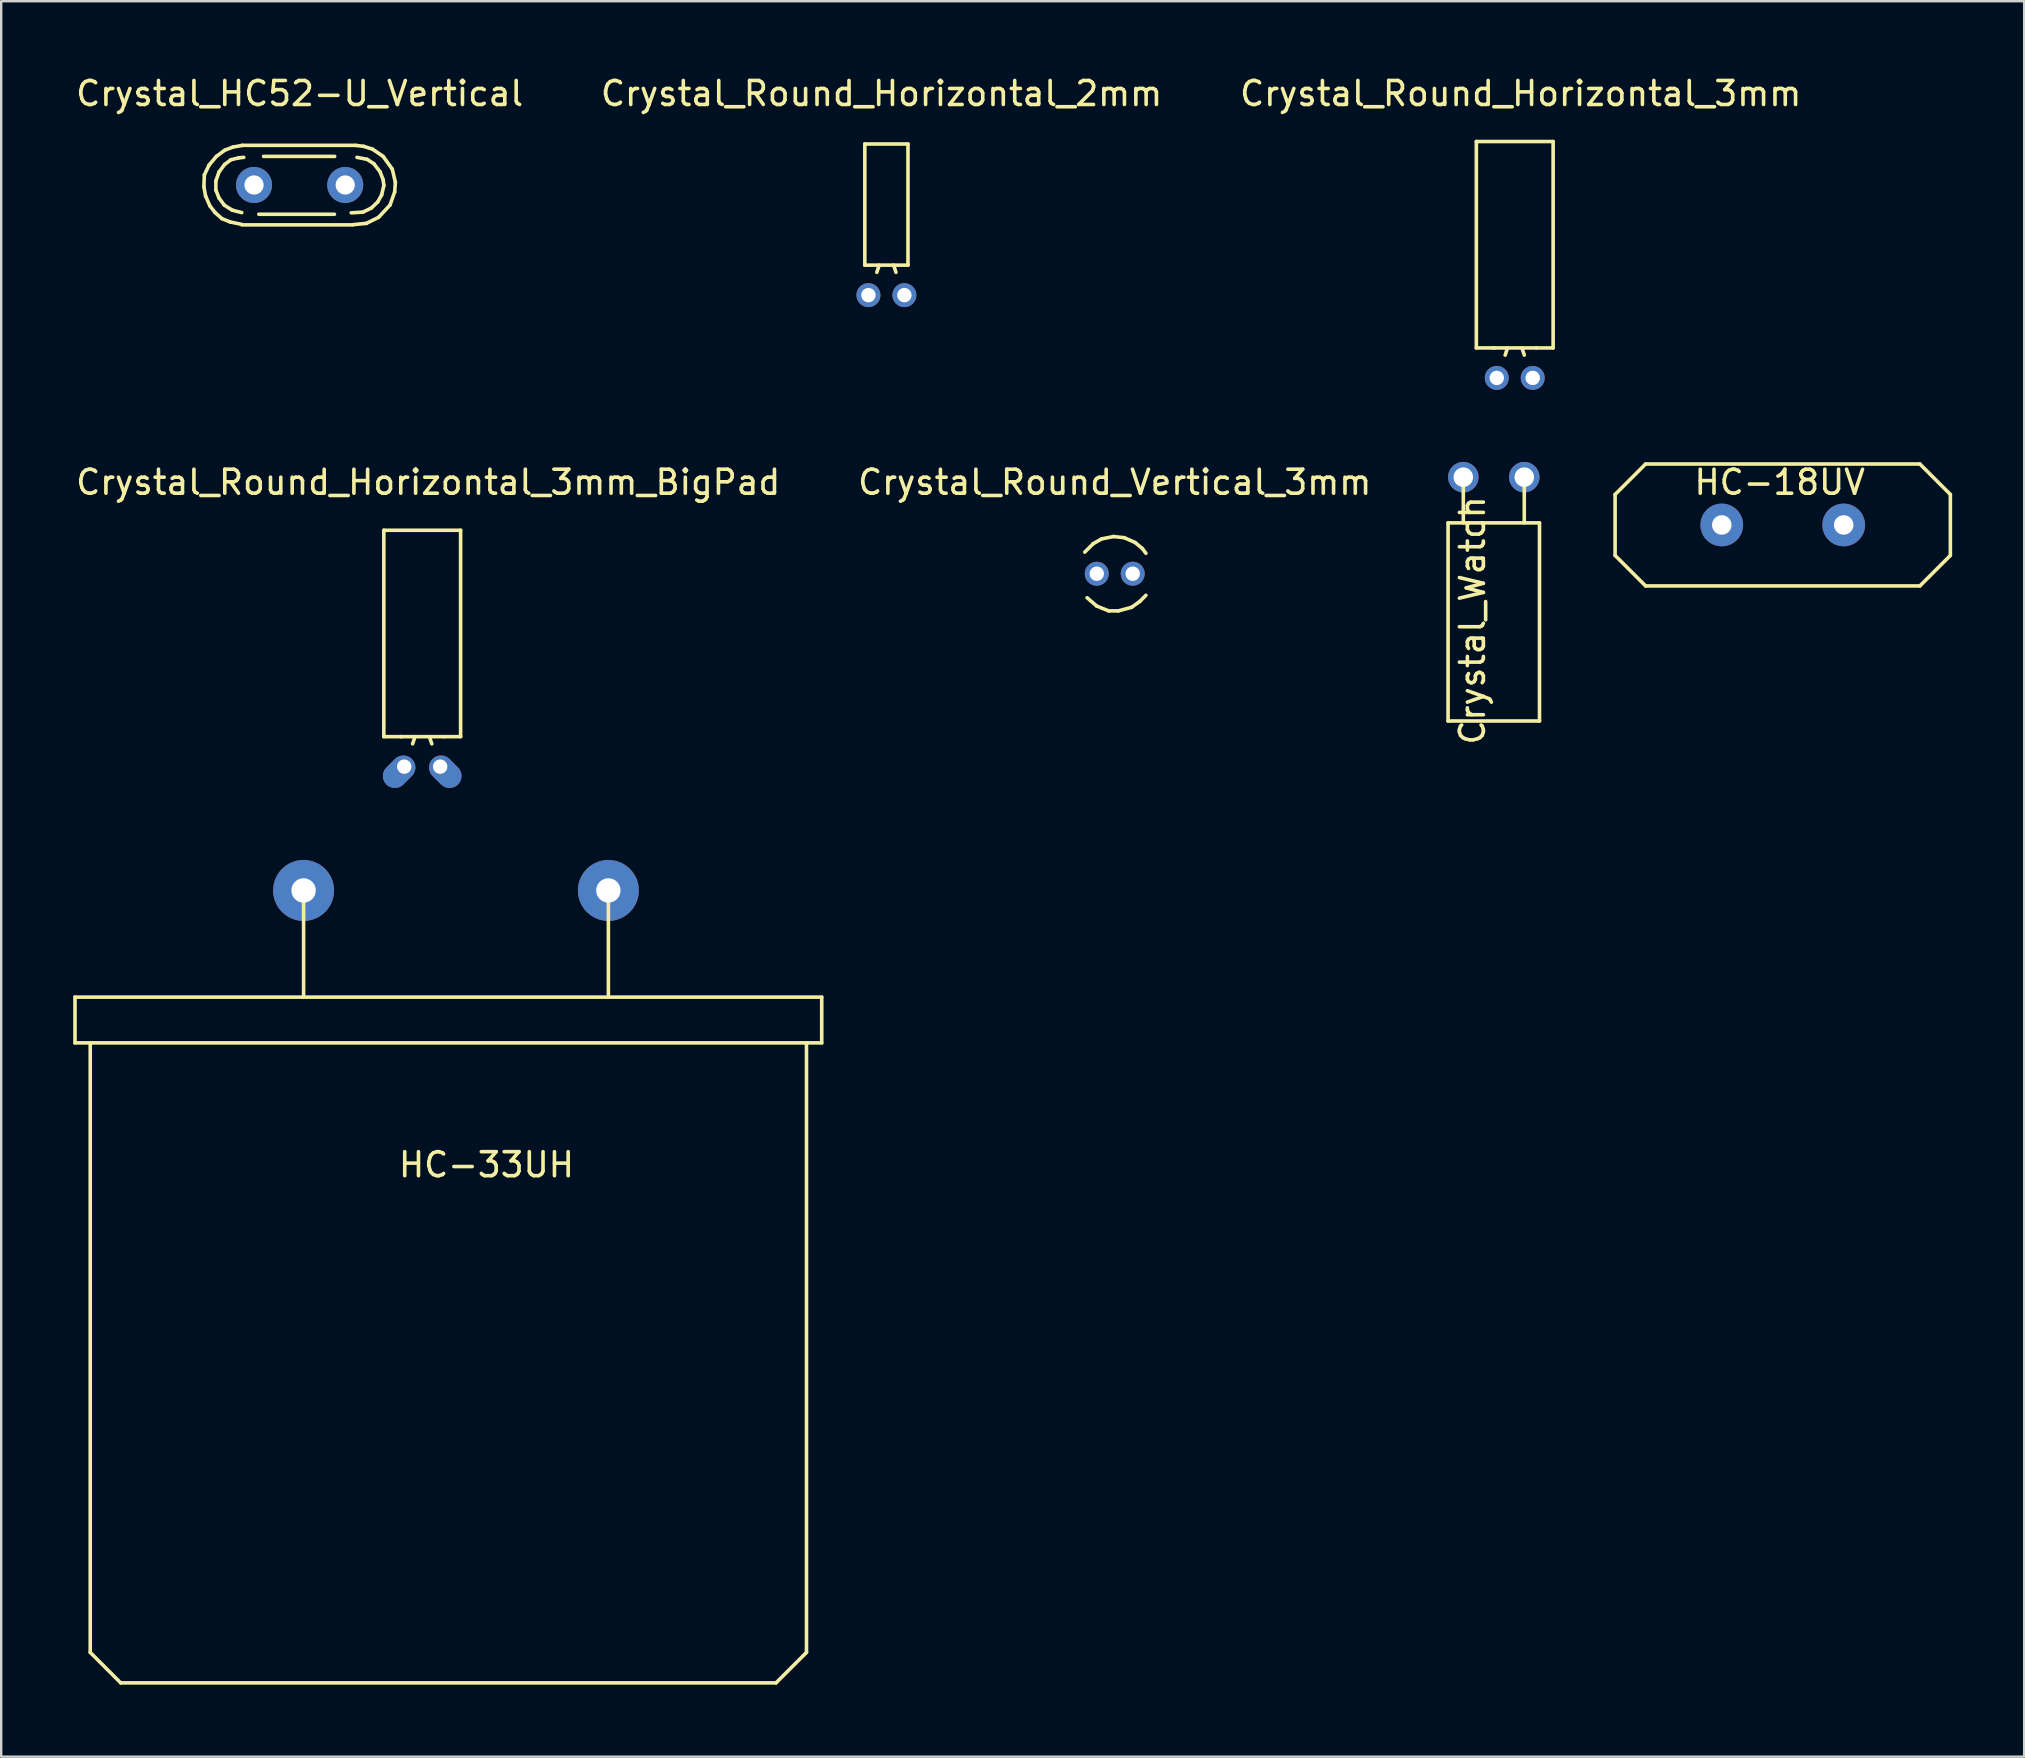
<source format=kicad_pcb>
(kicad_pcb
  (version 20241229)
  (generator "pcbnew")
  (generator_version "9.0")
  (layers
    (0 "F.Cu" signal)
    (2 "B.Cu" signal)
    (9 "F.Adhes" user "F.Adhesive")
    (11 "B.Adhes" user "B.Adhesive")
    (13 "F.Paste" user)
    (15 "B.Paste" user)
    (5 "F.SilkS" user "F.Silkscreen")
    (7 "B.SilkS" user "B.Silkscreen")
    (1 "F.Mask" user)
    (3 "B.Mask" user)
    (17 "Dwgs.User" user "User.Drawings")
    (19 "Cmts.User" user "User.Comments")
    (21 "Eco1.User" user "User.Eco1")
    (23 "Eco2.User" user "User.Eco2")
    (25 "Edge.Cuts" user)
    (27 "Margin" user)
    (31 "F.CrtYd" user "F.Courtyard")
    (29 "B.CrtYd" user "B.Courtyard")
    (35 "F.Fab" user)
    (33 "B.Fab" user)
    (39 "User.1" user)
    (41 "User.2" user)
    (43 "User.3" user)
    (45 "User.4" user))
  (footprint "HC-33UH"
    (layer "F.Cu")
    (at 15.95 34.054)
    (property "Reference" "HC-33UH" (at 1.27 11.43 0) (layer "F.SilkS") (effects (font (size 1 1) (thickness 0.15))))
    (attr through_hole)
    (fp_line (start -15.875 6.35) (end -15.875 4.445) (stroke (width 0.15) (type solid)) (layer "F.SilkS"))
    (fp_line (start -15.24 31.75) (end -15.24 6.35) (stroke (width 0.15) (type solid)) (layer "F.SilkS"))
    (fp_line (start -13.97 33.02) (end -15.24 31.75) (stroke (width 0.15) (type solid)) (layer "F.SilkS"))
    (fp_line (start -6.35 0) (end -6.35 4.445) (stroke (width 0.15) (type solid)) (layer "F.SilkS"))
    (fp_line (start 6.35 0) (end 6.35 4.445) (stroke (width 0.15) (type solid)) (layer "F.SilkS"))
    (fp_line (start 13.335 33.02) (end -13.97 33.02) (stroke (width 0.15) (type solid)) (layer "F.SilkS"))
    (fp_line (start 14.605 6.35) (end 14.605 31.75) (stroke (width 0.15) (type solid)) (layer "F.SilkS"))
    (fp_line (start 14.605 31.75) (end 13.335 33.02) (stroke (width 0.15) (type solid)) (layer "F.SilkS"))
    (fp_line (start 15.24 4.445) (end -15.875 4.445) (stroke (width 0.15) (type solid)) (layer "F.SilkS"))
    (fp_line (start 15.24 4.445) (end 15.24 6.35) (stroke (width 0.15) (type solid)) (layer "F.SilkS"))
    (fp_line (start 15.24 6.35) (end -15.875 6.35) (stroke (width 0.15) (type solid)) (layer "F.SilkS"))
    (pad "1" thru_hole circle (at -6.35 0) (size 2.54 2.54) (drill 1.016) (layers "*.Cu" "*.Mask"))
    (pad "2" thru_hole circle (at 6.35 0) (size 2.54 2.54) (drill 1.016) (layers "*.Cu" "*.Mask")))
  (footprint "Crystal_Round_Horizontal_3mm_BigPad"
    (layer "F.Cu")
    (at 14.543 28.895)
    (property "Reference" "Crystal_Round_Horizontal_3mm_BigPad" (at 0.249 -11.849 0) (layer "F.SilkS") (effects (font (size 1 1) (thickness 0.15))))
    (attr through_hole)
    (fp_line (start -1.6 -9.85) (end -1.6 -1.25) (stroke (width 0.15) (type solid)) (layer "F.SilkS"))
    (fp_line (start -0.851 -1.25) (end -1.6 -1.25) (stroke (width 0.15) (type solid)) (layer "F.SilkS"))
    (fp_line (start -0.3 -1.25) (end -0.399 -0.95) (stroke (width 0.15) (type solid)) (layer "F.SilkS"))
    (fp_line (start 0.3 -1.25) (end 0.399 -0.95) (stroke (width 0.15) (type solid)) (layer "F.SilkS"))
    (fp_line (start 0.899 -1.25) (end -0.899 -1.25) (stroke (width 0.15) (type solid)) (layer "F.SilkS"))
    (fp_line (start 0.899 -1.25) (end 1.6 -1.25) (stroke (width 0.15) (type solid)) (layer "F.SilkS"))
    (fp_line (start 1.6 -9.85) (end -1.6 -9.85) (stroke (width 0.15) (type solid)) (layer "F.SilkS"))
    (fp_line (start 1.6 -1.25) (end 1.6 -9.85) (stroke (width 0.15) (type solid)) (layer "F.SilkS"))
    (pad "1" thru_hole oval (at -0.749 0 45) (size 1.501 1.001) (drill 0.599 (offset -0.3 0)) (layers "*.Cu" "*.Mask"))
    (pad "2" thru_hole oval (at 0.749 0 315) (size 1.501 1.001) (drill 0.599 (offset 0.3 0)) (layers "*.Cu" "*.Mask")))
  (footprint "Crystal_HC52-U_Vertical"
    (layer "F.Cu")
    (at 9.435 4.658)
    (property "Reference" "Crystal_HC52-U_Vertical" (at 0 -3.81 0) (layer "F.SilkS") (effects (font (size 1 1) (thickness 0.15))))
    (attr through_hole)
    (fp_line (start -3.99 0.071) (end -3.97 -0.419) (stroke (width 0.15) (type solid)) (layer "F.SilkS"))
    (fp_line (start -3.97 -0.419) (end -3.78 -0.82) (stroke (width 0.15) (type solid)) (layer "F.SilkS"))
    (fp_line (start -3.919 0.46) (end -3.99 0.071) (stroke (width 0.15) (type solid)) (layer "F.SilkS"))
    (fp_line (start -3.78 -0.82) (end -3.47 -1.191) (stroke (width 0.15) (type solid)) (layer "F.SilkS"))
    (fp_line (start -3.739 0.871) (end -3.919 0.46) (stroke (width 0.15) (type solid)) (layer "F.SilkS"))
    (fp_line (start -3.52 1.151) (end -3.739 0.871) (stroke (width 0.15) (type solid)) (layer "F.SilkS"))
    (fp_line (start -3.49 -0.17) (end -3.36 -0.541) (stroke (width 0.15) (type solid)) (layer "F.SilkS"))
    (fp_line (start -3.49 0.211) (end -3.49 -0.17) (stroke (width 0.15) (type solid)) (layer "F.SilkS"))
    (fp_line (start -3.47 -1.191) (end -3.119 -1.45) (stroke (width 0.15) (type solid)) (layer "F.SilkS"))
    (fp_line (start -3.36 -0.541) (end -3.129 -0.851) (stroke (width 0.15) (type solid)) (layer "F.SilkS"))
    (fp_line (start -3.36 0.541) (end -3.49 0.211) (stroke (width 0.15) (type solid)) (layer "F.SilkS"))
    (fp_line (start -3.241 1.4) (end -3.52 1.151) (stroke (width 0.15) (type solid)) (layer "F.SilkS"))
    (fp_line (start -3.139 0.841) (end -3.36 0.541) (stroke (width 0.15) (type solid)) (layer "F.SilkS"))
    (fp_line (start -3.129 -0.851) (end -2.87 -1.049) (stroke (width 0.15) (type solid)) (layer "F.SilkS"))
    (fp_line (start -3.119 -1.45) (end -2.779 -1.58) (stroke (width 0.15) (type solid)) (layer "F.SilkS"))
    (fp_line (start -2.901 1.539) (end -3.241 1.4) (stroke (width 0.15) (type solid)) (layer "F.SilkS"))
    (fp_line (start -2.87 -1.049) (end -2.54 -1.13) (stroke (width 0.15) (type solid)) (layer "F.SilkS"))
    (fp_line (start -2.809 1.049) (end -3.139 0.841) (stroke (width 0.15) (type solid)) (layer "F.SilkS"))
    (fp_line (start -2.779 -1.58) (end -2.38 -1.651) (stroke (width 0.15) (type solid)) (layer "F.SilkS"))
    (fp_line (start -2.54 -1.13) (end -2.329 -1.151) (stroke (width 0.15) (type solid)) (layer "F.SilkS"))
    (fp_line (start -2.421 1.641) (end -2.901 1.539) (stroke (width 0.15) (type solid)) (layer "F.SilkS"))
    (fp_line (start -2.41 1.151) (end -2.809 1.049) (stroke (width 0.15) (type solid)) (layer "F.SilkS"))
    (fp_line (start -2.39 -1.651) (end 2.329 -1.651) (stroke (width 0.15) (type solid)) (layer "F.SilkS"))
    (fp_line (start -1.699 1.219) (end 1.45 1.219) (stroke (width 0.15) (type solid)) (layer "F.SilkS"))
    (fp_line (start 1.46 -1.191) (end -1.501 -1.191) (stroke (width 0.15) (type solid)) (layer "F.SilkS"))
    (fp_line (start 2.22 1.661) (end -2.41 1.661) (stroke (width 0.15) (type solid)) (layer "F.SilkS"))
    (fp_line (start 2.329 -1.651) (end 2.67 -1.61) (stroke (width 0.15) (type solid)) (layer "F.SilkS"))
    (fp_line (start 2.39 -1.151) (end 2.809 -1.069) (stroke (width 0.15) (type solid)) (layer "F.SilkS"))
    (fp_line (start 2.639 1.13) (end 2.149 1.161) (stroke (width 0.15) (type solid)) (layer "F.SilkS"))
    (fp_line (start 2.67 -1.61) (end 3.04 -1.491) (stroke (width 0.15) (type solid)) (layer "F.SilkS"))
    (fp_line (start 2.779 1.6) (end 2.24 1.651) (stroke (width 0.15) (type solid)) (layer "F.SilkS"))
    (fp_line (start 2.809 -1.069) (end 3.091 -0.889) (stroke (width 0.15) (type solid)) (layer "F.SilkS"))
    (fp_line (start 2.99 0.96) (end 2.639 1.13) (stroke (width 0.15) (type solid)) (layer "F.SilkS"))
    (fp_line (start 3.04 -1.491) (end 3.48 -1.191) (stroke (width 0.15) (type solid)) (layer "F.SilkS"))
    (fp_line (start 3.091 -0.889) (end 3.35 -0.551) (stroke (width 0.15) (type solid)) (layer "F.SilkS"))
    (fp_line (start 3.259 0.701) (end 2.99 0.96) (stroke (width 0.15) (type solid)) (layer "F.SilkS"))
    (fp_line (start 3.289 1.349) (end 2.779 1.6) (stroke (width 0.15) (type solid)) (layer "F.SilkS"))
    (fp_line (start 3.35 -0.551) (end 3.48 -0.221) (stroke (width 0.15) (type solid)) (layer "F.SilkS"))
    (fp_line (start 3.419 0.409) (end 3.259 0.701) (stroke (width 0.15) (type solid)) (layer "F.SilkS"))
    (fp_line (start 3.48 -1.191) (end 3.861 -0.66) (stroke (width 0.15) (type solid)) (layer "F.SilkS"))
    (fp_line (start 3.48 -0.221) (end 3.51 0.02) (stroke (width 0.15) (type solid)) (layer "F.SilkS"))
    (fp_line (start 3.51 0.02) (end 3.419 0.409) (stroke (width 0.15) (type solid)) (layer "F.SilkS"))
    (fp_line (start 3.769 0.831) (end 3.289 1.349) (stroke (width 0.15) (type solid)) (layer "F.SilkS"))
    (fp_line (start 3.861 -0.66) (end 3.99 -0.109) (stroke (width 0.15) (type solid)) (layer "F.SilkS"))
    (fp_line (start 3.96 0.29) (end 3.769 0.831) (stroke (width 0.15) (type solid)) (layer "F.SilkS"))
    (fp_line (start 3.99 -0.109) (end 3.96 0.29) (stroke (width 0.15) (type solid)) (layer "F.SilkS"))
    (pad "1" thru_hole circle (at -1.9 0) (size 1.501 1.501) (drill 0.8) (layers "*.Cu" "*.Mask"))
    (pad "2" thru_hole circle (at 1.9 0) (size 1.501 1.501) (drill 0.8) (layers "*.Cu" "*.Mask")))
  (footprint "Crystal_Round_Horizontal_2mm"
    (layer "F.Cu")
    (at 33.885 9.248)
    (property "Reference" "Crystal_Round_Horizontal_2mm" (at -0.201 -8.4 0) (layer "F.SilkS") (effects (font (size 1 1) (thickness 0.15))))
    (attr through_hole)
    (fp_line (start -0.899 -6.299) (end -0.899 -1.25) (stroke (width 0.15) (type solid)) (layer "F.SilkS"))
    (fp_line (start -0.3 -1.25) (end -0.399 -0.95) (stroke (width 0.15) (type solid)) (layer "F.SilkS"))
    (fp_line (start 0.3 -1.25) (end 0.399 -0.95) (stroke (width 0.15) (type solid)) (layer "F.SilkS"))
    (fp_line (start 0.899 -6.299) (end -0.899 -6.299) (stroke (width 0.15) (type solid)) (layer "F.SilkS"))
    (fp_line (start 0.899 -1.25) (end -0.899 -1.25) (stroke (width 0.15) (type solid)) (layer "F.SilkS"))
    (fp_line (start 0.899 -1.25) (end 0.899 -6.299) (stroke (width 0.15) (type solid)) (layer "F.SilkS"))
    (pad "1" thru_hole circle (at -0.749 0) (size 1.001 1.001) (drill 0.599) (layers "*.Cu" "*.Mask"))
    (pad "2" thru_hole circle (at 0.749 0) (size 1.001 1.001) (drill 0.599) (layers "*.Cu" "*.Mask")))
  (footprint "Crystal_Round_Vertical_3mm"
    (layer "F.Cu")
    (at 43.399 20.856)
    (property "Reference" "Crystal_Round_Vertical_3mm" (at 0 -3.81 0) (layer "F.SilkS") (effects (font (size 1 1) (thickness 0.15))))
    (attr through_hole)
    (fp_line (start -0.899 -1.25) (end -1.25 -0.899) (stroke (width 0.15) (type solid)) (layer "F.SilkS"))
    (fp_line (start -0.749 1.349) (end -1.151 1.001) (stroke (width 0.15) (type solid)) (layer "F.SilkS"))
    (fp_line (start -0.551 -1.45) (end -0.899 -1.25) (stroke (width 0.15) (type solid)) (layer "F.SilkS"))
    (fp_line (start -0.249 1.549) (end -0.749 1.349) (stroke (width 0.15) (type solid)) (layer "F.SilkS"))
    (fp_line (start -0.051 -1.549) (end -0.551 -1.45) (stroke (width 0.15) (type solid)) (layer "F.SilkS"))
    (fp_line (start 0.15 1.549) (end -0.249 1.549) (stroke (width 0.15) (type solid)) (layer "F.SilkS"))
    (fp_line (start 0.399 -1.501) (end -0.051 -1.549) (stroke (width 0.15) (type solid)) (layer "F.SilkS"))
    (fp_line (start 0.701 1.4) (end 0.15 1.549) (stroke (width 0.15) (type solid)) (layer "F.SilkS"))
    (fp_line (start 0.851 -1.3) (end 0.399 -1.501) (stroke (width 0.15) (type solid)) (layer "F.SilkS"))
    (fp_line (start 1.049 1.151) (end 0.701 1.4) (stroke (width 0.15) (type solid)) (layer "F.SilkS"))
    (fp_line (start 1.151 -1.049) (end 0.851 -1.3) (stroke (width 0.15) (type solid)) (layer "F.SilkS"))
    (fp_line (start 1.3 -0.851) (end 1.151 -1.049) (stroke (width 0.15) (type solid)) (layer "F.SilkS"))
    (fp_line (start 1.3 0.899) (end 1.049 1.151) (stroke (width 0.15) (type solid)) (layer "F.SilkS"))
    (pad "1" thru_hole circle (at -0.749 0) (size 1.001 1.001) (drill 0.599) (layers "*.Cu" "*.Mask"))
    (pad "2" thru_hole circle (at 0.749 0) (size 1.001 1.001) (drill 0.599) (layers "*.Cu" "*.Mask")))
  (footprint "Crystal_Watch"
    (layer "F.Cu")
    (at 59.194 16.833)
    (property "Reference" "Crystal_Watch" (at -0.889 5.969 90) (layer "F.SilkS") (effects (font (size 1 1) (thickness 0.15))))
    (attr through_hole)
    (fp_line (start -1.905 1.905) (end 1.905 1.905) (stroke (width 0.15) (type solid)) (layer "F.SilkS"))
    (fp_line (start -1.905 10.16) (end -1.905 1.905) (stroke (width 0.15) (type solid)) (layer "F.SilkS"))
    (fp_line (start -1.27 0) (end -1.27 1.905) (stroke (width 0.15) (type solid)) (layer "F.SilkS"))
    (fp_line (start 1.27 0) (end 1.27 1.905) (stroke (width 0.15) (type solid)) (layer "F.SilkS"))
    (fp_line (start 1.905 1.905) (end 1.905 10.16) (stroke (width 0.15) (type solid)) (layer "F.SilkS"))
    (fp_line (start 1.905 10.16) (end -1.905 10.16) (stroke (width 0.15) (type solid)) (layer "F.SilkS"))
    (pad "1" thru_hole circle (at -1.27 0) (size 1.27 1.27) (drill 0.813) (layers "*.Cu" "*.Mask"))
    (pad "2" thru_hole circle (at 1.27 0) (size 1.27 1.27) (drill 0.813) (layers "*.Cu" "*.Mask")))
  (footprint "HC-18UV"
    (layer "F.Cu")
    (at 71.234 18.824)
    (property "Reference" "HC-18UV" (at -0.127 -1.778 0) (layer "F.SilkS") (effects (font (size 1 1) (thickness 0.15))))
    (attr through_hole)
    (fp_line (start -6.985 -1.27) (end -6.985 1.27) (stroke (width 0.15) (type solid)) (layer "F.SilkS"))
    (fp_line (start -6.985 -1.27) (end -5.715 -2.54) (stroke (width 0.15) (type solid)) (layer "F.SilkS"))
    (fp_line (start -6.985 1.27) (end -5.715 2.54) (stroke (width 0.15) (type solid)) (layer "F.SilkS"))
    (fp_line (start -5.715 -2.54) (end 5.715 -2.54) (stroke (width 0.15) (type solid)) (layer "F.SilkS"))
    (fp_line (start -5.715 2.54) (end 5.715 2.54) (stroke (width 0.15) (type solid)) (layer "F.SilkS"))
    (fp_line (start 5.715 -2.54) (end 6.985 -1.27) (stroke (width 0.15) (type solid)) (layer "F.SilkS"))
    (fp_line (start 6.985 1.27) (end 5.715 2.54) (stroke (width 0.15) (type solid)) (layer "F.SilkS"))
    (fp_line (start 6.985 1.27) (end 6.985 -1.27) (stroke (width 0.15) (type solid)) (layer "F.SilkS"))
    (pad "1" thru_hole circle (at -2.54 0) (size 1.778 1.778) (drill 0.813) (layers "*.Cu" "*.Mask"))
    (pad "2" thru_hole circle (at 2.54 0) (size 1.778 1.778) (drill 0.813) (layers "*.Cu" "*.Mask")))
  (footprint "Crystal_Round_Horizontal_3mm"
    (layer "F.Cu")
    (at 60.067 12.697)
    (property "Reference" "Crystal_Round_Horizontal_3mm" (at 0.249 -11.849 0) (layer "F.SilkS") (effects (font (size 1 1) (thickness 0.15))))
    (attr through_hole)
    (fp_line (start -1.6 -9.85) (end -1.6 -1.25) (stroke (width 0.15) (type solid)) (layer "F.SilkS"))
    (fp_line (start -0.851 -1.25) (end -1.6 -1.25) (stroke (width 0.15) (type solid)) (layer "F.SilkS"))
    (fp_line (start -0.3 -1.25) (end -0.399 -0.95) (stroke (width 0.15) (type solid)) (layer "F.SilkS"))
    (fp_line (start 0.3 -1.25) (end 0.399 -0.95) (stroke (width 0.15) (type solid)) (layer "F.SilkS"))
    (fp_line (start 0.899 -1.25) (end -0.899 -1.25) (stroke (width 0.15) (type solid)) (layer "F.SilkS"))
    (fp_line (start 0.899 -1.25) (end 1.6 -1.25) (stroke (width 0.15) (type solid)) (layer "F.SilkS"))
    (fp_line (start 1.6 -9.85) (end -1.6 -9.85) (stroke (width 0.15) (type solid)) (layer "F.SilkS"))
    (fp_line (start 1.6 -1.25) (end 1.6 -9.85) (stroke (width 0.15) (type solid)) (layer "F.SilkS"))
    (pad "1" thru_hole circle (at -0.749 0) (size 1.001 1.001) (drill 0.599) (layers "*.Cu" "*.Mask"))
    (pad "2" thru_hole circle (at 0.749 0) (size 1.001 1.001) (drill 0.599) (layers "*.Cu" "*.Mask")))
  (gr_rect
    (start -3 -3)
    (end 81.294 70.149)
    (stroke (width 0.1) (type default))
    (fill no)
    (layer "Edge.Cuts")))
</source>
